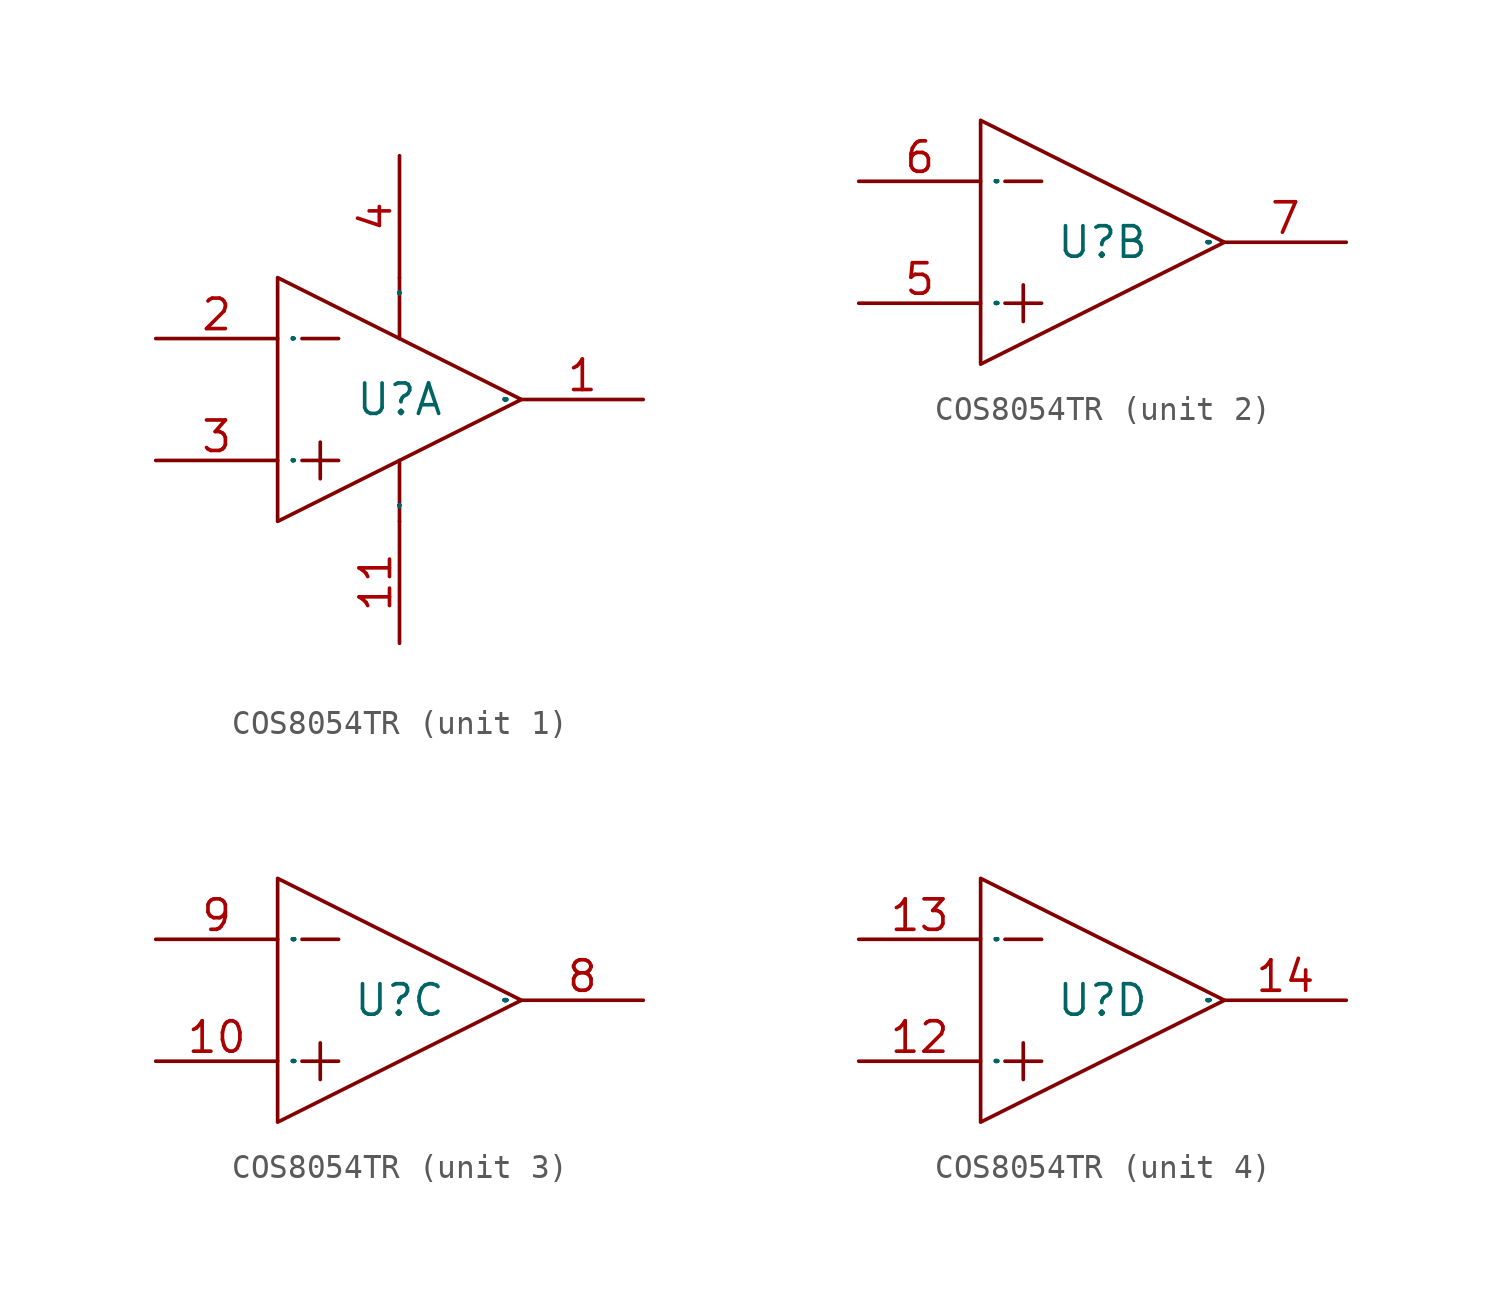
<source format=kicad_sym>
(kicad_symbol_lib
  (version 20241209)
  (generator "kicad_symbol_editor")
  (generator_version "9.0")
  (symbol "COS8054TR"
    (property "Reference" "U"
      (at 0 0 0)
      (effects (font (size 1.27 1.27))))
    (property "Value" ""
      (at 0 0 0)
      (effects (font (size 1.27 1.27))))
    (symbol "COS8054TR_1_0"
      (polyline (pts (xy -5.08 -5.08) (xy 5.08 0) (xy 5.08 0) (xy -5.08 5.08) (xy -5.08 5.08) (xy -5.08 -5.08)) (stroke (width 0) (type default)) (fill (type none)))
      (polyline (pts (xy -4.064 2.54) (xy -2.54 2.54)) (stroke (width 0) (type default)) (fill (type none)))
      (polyline (pts (xy -4.064 -2.54) (xy -2.54 -2.54)) (stroke (width 0) (type default)) (fill (type none)))
      (polyline (pts (xy -3.302 -1.778) (xy -3.302 -3.302)) (stroke (width 0) (type default)) (fill (type none)))
      (polyline (pts (xy 0 5.08) (xy 0 2.54)) (stroke (width 0) (type default)) (fill (type none)))
      (polyline (pts (xy 0 -2.54) (xy 0 -5.08)) (stroke (width 0) (type default)) (fill (type none)))
      (pin unspecified line (at -10.16 2.54 0) (length 5.08) (name "INA-" (effects (font (size 0.025 0.025)))) (number "2" (effects (font (size 1.27 1.27)))))
      (pin unspecified line (at -10.16 -2.54 0) (length 5.08) (name "INA+" (effects (font (size 0.025 0.025)))) (number "3" (effects (font (size 1.27 1.27)))))
      (pin unspecified line (at 0 10.16 270) (length 5.08) (name "+Vs" (effects (font (size 0.025 0.025)))) (number "4" (effects (font (size 1.27 1.27)))))
      (pin unspecified line (at 0 -10.16 90) (length 5.08) (name "-Vs" (effects (font (size 0.025 0.025)))) (number "11" (effects (font (size 1.27 1.27)))))
      (pin output line (at 10.16 0 180) (length 5.08) (name "VOUTA" (effects (font (size 0.025 0.025)))) (number "1" (effects (font (size 1.27 1.27))))))
    (symbol "COS8054TR_2_0"
      (polyline (pts (xy -5.08 -5.08) (xy 5.08 0) (xy 5.08 0) (xy -5.08 5.08) (xy -5.08 5.08) (xy -5.08 -5.08)) (stroke (width 0) (type default)) (fill (type none)))
      (polyline (pts (xy -4.064 2.54) (xy -2.54 2.54)) (stroke (width 0) (type default)) (fill (type none)))
      (polyline (pts (xy -4.064 -2.54) (xy -2.54 -2.54)) (stroke (width 0) (type default)) (fill (type none)))
      (polyline (pts (xy -3.302 -1.778) (xy -3.302 -3.302)) (stroke (width 0) (type default)) (fill (type none)))
      (pin unspecified line (at -10.16 2.54 0) (length 5.08) (name "VINB-" (effects (font (size 0.025 0.025)))) (number "6" (effects (font (size 1.27 1.27)))))
      (pin unspecified line (at -10.16 -2.54 0) (length 5.08) (name "VINB+" (effects (font (size 0.025 0.025)))) (number "5" (effects (font (size 1.27 1.27)))))
      (pin output line (at 10.16 0 180) (length 5.08) (name "VOUTB" (effects (font (size 0.025 0.025)))) (number "7" (effects (font (size 1.27 1.27))))))
    (symbol "COS8054TR_3_0"
      (polyline (pts (xy -5.08 -5.08) (xy 5.08 0) (xy 5.08 0) (xy -5.08 5.08) (xy -5.08 5.08) (xy -5.08 -5.08)) (stroke (width 0) (type default)) (fill (type none)))
      (polyline (pts (xy -4.064 2.54) (xy -2.54 2.54)) (stroke (width 0) (type default)) (fill (type none)))
      (polyline (pts (xy -4.064 -2.54) (xy -2.54 -2.54)) (stroke (width 0) (type default)) (fill (type none)))
      (polyline (pts (xy -3.302 -1.778) (xy -3.302 -3.302)) (stroke (width 0) (type default)) (fill (type none)))
      (pin unspecified line (at -10.16 2.54 0) (length 5.08) (name "VINC-" (effects (font (size 0.025 0.025)))) (number "9" (effects (font (size 1.27 1.27)))))
      (pin unspecified line (at -10.16 -2.54 0) (length 5.08) (name "VINC+" (effects (font (size 0.025 0.025)))) (number "10" (effects (font (size 1.27 1.27)))))
      (pin output line (at 10.16 0 180) (length 5.08) (name "VOUTC" (effects (font (size 0.025 0.025)))) (number "8" (effects (font (size 1.27 1.27))))))
    (symbol "COS8054TR_4_0"
      (polyline (pts (xy -5.08 -5.08) (xy 5.08 0) (xy 5.08 0) (xy -5.08 5.08) (xy -5.08 5.08) (xy -5.08 -5.08)) (stroke (width 0) (type default)) (fill (type none)))
      (polyline (pts (xy -4.064 2.54) (xy -2.54 2.54)) (stroke (width 0) (type default)) (fill (type none)))
      (polyline (pts (xy -4.064 -2.54) (xy -2.54 -2.54)) (stroke (width 0) (type default)) (fill (type none)))
      (polyline (pts (xy -3.302 -1.778) (xy -3.302 -3.302)) (stroke (width 0) (type default)) (fill (type none)))
      (pin unspecified line (at -10.16 2.54 0) (length 5.08) (name "VIND-" (effects (font (size 0.025 0.025)))) (number "13" (effects (font (size 1.27 1.27)))))
      (pin unspecified line (at -10.16 -2.54 0) (length 5.08) (name "VIND+" (effects (font (size 0.025 0.025)))) (number "12" (effects (font (size 1.27 1.27)))))
      (pin output line (at 10.16 0 180) (length 5.08) (name "VOUTD" (effects (font (size 0.025 0.025)))) (number "14" (effects (font (size 1.27 1.27))))))))
</source>
